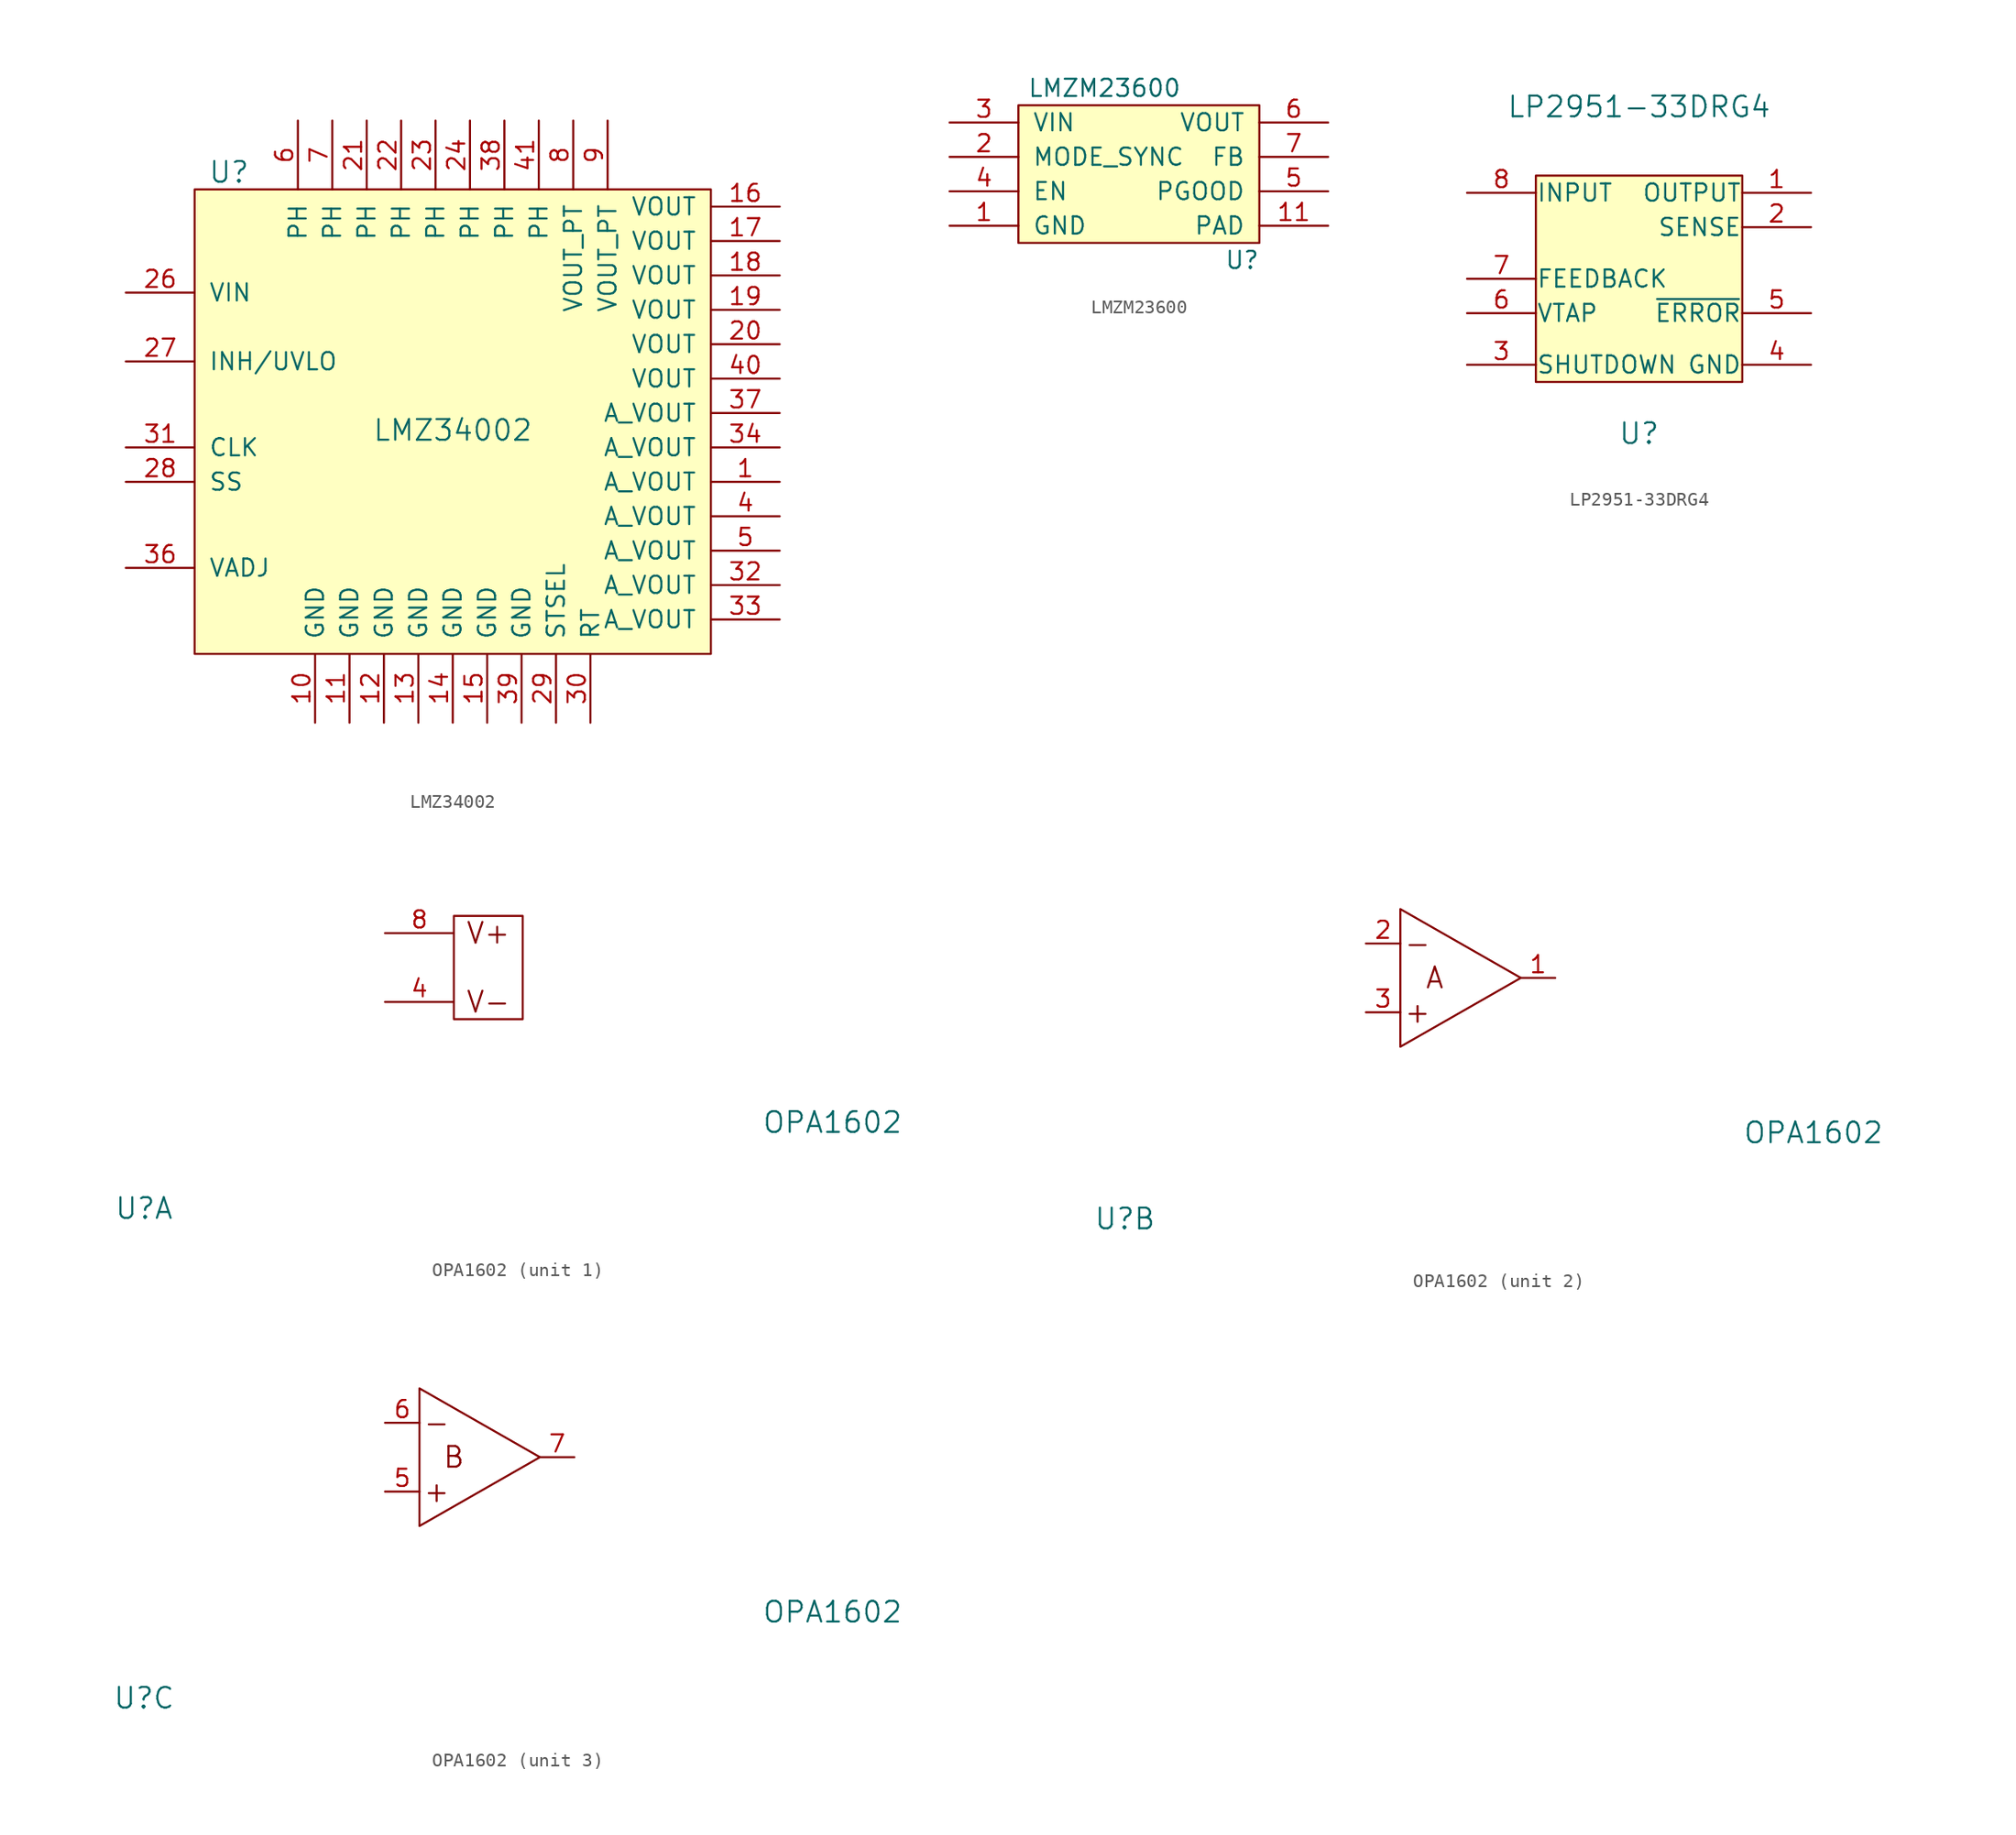
<source format=kicad_sym>
(kicad_symbol_lib
  (version 20241209)
  (generator "kicad_symbol_editor")
  (generator_version "9.0")
  (symbol "LMZ34002"
    (pin_names
      (offset 1.016))
    (property "Reference" "U"
      (at -16.51 17.78 0)
      (effects (font (size 1.524 1.524))))
    (property "Value" "LMZ34002"
      (at 0 -1.27 0)
      (effects (font (size 1.524 1.524))))
    (symbol "LMZ34002_0_1"
      (rectangle (start -19.05 16.51) (end 19.05 -17.78) (stroke (width 0) (type solid)) (fill (type background))))
    (symbol "LMZ34002_1_1"
      (pin power_in line (at -24.13 8.89 0) (length 5.08) (name "VIN" (effects (font (size 1.27 1.27)))) (number "26" (effects (font (size 1.27 1.27)))))
      (pin input line (at -24.13 3.81 0) (length 5.08) (name "INH/UVLO" (effects (font (size 1.27 1.27)))) (number "27" (effects (font (size 1.27 1.27)))))
      (pin input line (at -24.13 -2.54 0) (length 5.08) (name "CLK" (effects (font (size 1.27 1.27)))) (number "31" (effects (font (size 1.27 1.27)))))
      (pin input line (at -24.13 -5.08 0) (length 5.08) (name "SS" (effects (font (size 1.27 1.27)))) (number "28" (effects (font (size 1.27 1.27)))))
      (pin input line (at -24.13 -11.43 0) (length 5.08) (name "VADJ" (effects (font (size 1.27 1.27)))) (number "36" (effects (font (size 1.27 1.27)))))
      (pin passive line (at -11.43 21.59 270) (length 5.08) (name "PH" (effects (font (size 1.27 1.27)))) (number "6" (effects (font (size 1.27 1.27)))))
      (pin power_in line (at -10.16 -22.86 90) (length 5.08) (name "GND" (effects (font (size 1.27 1.27)))) (number "10" (effects (font (size 1.27 1.27)))))
      (pin passive line (at -8.89 21.59 270) (length 5.08) (name "PH" (effects (font (size 1.27 1.27)))) (number "7" (effects (font (size 1.27 1.27)))))
      (pin power_in line (at -7.62 -22.86 90) (length 5.08) (name "GND" (effects (font (size 1.27 1.27)))) (number "11" (effects (font (size 1.27 1.27)))))
      (pin passive line (at -6.35 21.59 270) (length 5.08) (name "PH" (effects (font (size 1.27 1.27)))) (number "21" (effects (font (size 1.27 1.27)))))
      (pin power_in line (at -5.08 -22.86 90) (length 5.08) (name "GND" (effects (font (size 1.27 1.27)))) (number "12" (effects (font (size 1.27 1.27)))))
      (pin passive line (at -3.81 21.59 270) (length 5.08) (name "PH" (effects (font (size 1.27 1.27)))) (number "22" (effects (font (size 1.27 1.27)))))
      (pin power_in line (at -2.54 -22.86 90) (length 5.08) (name "GND" (effects (font (size 1.27 1.27)))) (number "13" (effects (font (size 1.27 1.27)))))
      (pin passive line (at -1.27 21.59 270) (length 5.08) (name "PH" (effects (font (size 1.27 1.27)))) (number "23" (effects (font (size 1.27 1.27)))))
      (pin power_in line (at 0 -22.86 90) (length 5.08) (name "GND" (effects (font (size 1.27 1.27)))) (number "14" (effects (font (size 1.27 1.27)))))
      (pin passive line (at 1.27 21.59 270) (length 5.08) (name "PH" (effects (font (size 1.27 1.27)))) (number "24" (effects (font (size 1.27 1.27)))))
      (pin power_in line (at 2.54 -22.86 90) (length 5.08) (name "GND" (effects (font (size 1.27 1.27)))) (number "15" (effects (font (size 1.27 1.27)))))
      (pin passive line (at 3.81 21.59 270) (length 5.08) (name "PH" (effects (font (size 1.27 1.27)))) (number "38" (effects (font (size 1.27 1.27)))))
      (pin no_connect line (at 3.81 5.08 180) (length 5.08) (hide yes) (name "NC" (effects (font (size 1.27 1.27)))) (number "2" (effects (font (size 1.27 1.27)))))
      (pin no_connect line (at 3.81 2.54 180) (length 5.08) (hide yes) (name "NC" (effects (font (size 1.27 1.27)))) (number "3" (effects (font (size 1.27 1.27)))))
      (pin no_connect line (at 3.81 0 180) (length 5.08) (hide yes) (name "NC" (effects (font (size 1.27 1.27)))) (number "25" (effects (font (size 1.27 1.27)))))
      (pin no_connect line (at 3.81 -2.54 180) (length 5.08) (hide yes) (name "NC" (effects (font (size 1.27 1.27)))) (number "35" (effects (font (size 1.27 1.27)))))
      (pin power_in line (at 5.08 -22.86 90) (length 5.08) (name "GND" (effects (font (size 1.27 1.27)))) (number "39" (effects (font (size 1.27 1.27)))))
      (pin passive line (at 6.35 21.59 270) (length 5.08) (name "PH" (effects (font (size 1.27 1.27)))) (number "41" (effects (font (size 1.27 1.27)))))
      (pin input line (at 7.62 -22.86 90) (length 5.08) (name "STSEL" (effects (font (size 1.27 1.27)))) (number "29" (effects (font (size 1.27 1.27)))))
      (pin passive line (at 8.89 21.59 270) (length 5.08) (name "VOUT_PT" (effects (font (size 1.27 1.27)))) (number "8" (effects (font (size 1.27 1.27)))))
      (pin input line (at 10.16 -22.86 90) (length 5.08) (name "RT" (effects (font (size 1.27 1.27)))) (number "30" (effects (font (size 1.27 1.27)))))
      (pin passive line (at 11.43 21.59 270) (length 5.08) (name "VOUT_PT" (effects (font (size 1.27 1.27)))) (number "9" (effects (font (size 1.27 1.27)))))
      (pin power_out line (at 24.13 15.24 180) (length 5.08) (name "VOUT" (effects (font (size 1.27 1.27)))) (number "16" (effects (font (size 1.27 1.27)))))
      (pin passive line (at 24.13 12.7 180) (length 5.08) (name "VOUT" (effects (font (size 1.27 1.27)))) (number "17" (effects (font (size 1.27 1.27)))))
      (pin passive line (at 24.13 10.16 180) (length 5.08) (name "VOUT" (effects (font (size 1.27 1.27)))) (number "18" (effects (font (size 1.27 1.27)))))
      (pin passive line (at 24.13 7.62 180) (length 5.08) (name "VOUT" (effects (font (size 1.27 1.27)))) (number "19" (effects (font (size 1.27 1.27)))))
      (pin passive line (at 24.13 5.08 180) (length 5.08) (name "VOUT" (effects (font (size 1.27 1.27)))) (number "20" (effects (font (size 1.27 1.27)))))
      (pin passive line (at 24.13 2.54 180) (length 5.08) (name "VOUT" (effects (font (size 1.27 1.27)))) (number "40" (effects (font (size 1.27 1.27)))))
      (pin input line (at 24.13 0 180) (length 5.08) (name "A_VOUT" (effects (font (size 1.27 1.27)))) (number "37" (effects (font (size 1.27 1.27)))))
      (pin input line (at 24.13 -2.54 180) (length 5.08) (name "A_VOUT" (effects (font (size 1.27 1.27)))) (number "34" (effects (font (size 1.27 1.27)))))
      (pin input line (at 24.13 -5.08 180) (length 5.08) (name "A_VOUT" (effects (font (size 1.27 1.27)))) (number "1" (effects (font (size 1.27 1.27)))))
      (pin input line (at 24.13 -7.62 180) (length 5.08) (name "A_VOUT" (effects (font (size 1.27 1.27)))) (number "4" (effects (font (size 1.27 1.27)))))
      (pin input line (at 24.13 -10.16 180) (length 5.08) (name "A_VOUT" (effects (font (size 1.27 1.27)))) (number "5" (effects (font (size 1.27 1.27)))))
      (pin input line (at 24.13 -12.7 180) (length 5.08) (name "A_VOUT" (effects (font (size 1.27 1.27)))) (number "32" (effects (font (size 1.27 1.27)))))
      (pin input line (at 24.13 -15.24 180) (length 5.08) (name "A_VOUT" (effects (font (size 1.27 1.27)))) (number "33" (effects (font (size 1.27 1.27)))))))
  (symbol "LMZM23600"
    (pin_names
      (offset 1.016))
    (property "Reference" "U"
      (at 7.62 -3.81 0)
      (effects (font (size 1.27 1.27))))
    (property "Value" "LMZM23600"
      (at -2.54 8.89 0)
      (effects (font (size 1.27 1.27))))
    (symbol "LMZM23600_0_1"
      (rectangle (start -8.89 7.62) (end 8.89 -2.54) (stroke (width 0) (type solid)) (fill (type background))))
    (symbol "LMZM23600_1_1"
      (pin power_in line (at -13.97 6.35 0) (length 5.08) (name "VIN" (effects (font (size 1.27 1.27)))) (number "3" (effects (font (size 1.27 1.27)))))
      (pin input line (at -13.97 3.81 0) (length 5.08) (name "MODE_SYNC" (effects (font (size 1.27 1.27)))) (number "2" (effects (font (size 1.27 1.27)))))
      (pin input line (at -13.97 1.27 0) (length 5.08) (name "EN" (effects (font (size 1.27 1.27)))) (number "4" (effects (font (size 1.27 1.27)))))
      (pin power_in line (at -13.97 -1.27 0) (length 5.08) (name "GND" (effects (font (size 1.27 1.27)))) (number "1" (effects (font (size 1.27 1.27)))))
      (pin no_connect line (at 1.27 5.08 180) (length 5.08) (hide yes) (name "DNC" (effects (font (size 1.27 1.27)))) (number "9" (effects (font (size 1.27 1.27)))))
      (pin no_connect line (at 1.27 2.54 180) (length 5.08) (hide yes) (name "DNC" (effects (font (size 1.27 1.27)))) (number "8" (effects (font (size 1.27 1.27)))))
      (pin no_connect line (at 1.27 0 180) (length 5.08) (hide yes) (name "DNC" (effects (font (size 1.27 1.27)))) (number "10" (effects (font (size 1.27 1.27)))))
      (pin power_out line (at 13.97 6.35 180) (length 5.08) (name "VOUT" (effects (font (size 1.27 1.27)))) (number "6" (effects (font (size 1.27 1.27)))))
      (pin input line (at 13.97 3.81 180) (length 5.08) (name "FB" (effects (font (size 1.27 1.27)))) (number "7" (effects (font (size 1.27 1.27)))))
      (pin output line (at 13.97 1.27 180) (length 5.08) (name "PGOOD" (effects (font (size 1.27 1.27)))) (number "5" (effects (font (size 1.27 1.27)))))
      (pin power_in line (at 13.97 -1.27 180) (length 5.08) (name "PAD" (effects (font (size 1.27 1.27)))) (number "11" (effects (font (size 1.27 1.27)))))))
  (symbol "LP2951-33DRG4"
    (pin_names
      (offset 0.025))
    (property "Reference" "U"
      (at 0 -11.43 0)
      (effects (font (size 1.524 1.524))))
    (property "Value" "LP2951-33DRG4"
      (at 0 12.7 0)
      (effects (font (size 1.524 1.524))))
    (symbol "LP2951-33DRG4_0_1"
      (rectangle (start -7.62 7.62) (end 7.62 -7.62) (stroke (width 0) (type solid)) (fill (type background))))
    (symbol "LP2951-33DRG4_1_1"
      (pin power_in line (at -12.7 6.35 0) (length 5.08) (name "INPUT" (effects (font (size 1.27 1.27)))) (number "8" (effects (font (size 1.27 1.27)))))
      (pin input line (at -12.7 0 0) (length 5.08) (name "FEEDBACK" (effects (font (size 1.27 1.27)))) (number "7" (effects (font (size 1.27 1.27)))))
      (pin output line (at -12.7 -2.54 0) (length 5.08) (name "VTAP" (effects (font (size 1.27 1.27)))) (number "6" (effects (font (size 1.27 1.27)))))
      (pin input line (at -12.7 -6.35 0) (length 5.08) (name "SHUTDOWN" (effects (font (size 1.27 1.27)))) (number "3" (effects (font (size 1.27 1.27)))))
      (pin power_out line (at 12.7 6.35 180) (length 5.08) (name "OUTPUT" (effects (font (size 1.27 1.27)))) (number "1" (effects (font (size 1.27 1.27)))))
      (pin input line (at 12.7 3.81 180) (length 5.08) (name "SENSE" (effects (font (size 1.27 1.27)))) (number "2" (effects (font (size 1.27 1.27)))))
      (pin output line (at 12.7 -2.54 180) (length 5.08) (name "~{ERROR}" (effects (font (size 1.27 1.27)))) (number "5" (effects (font (size 1.27 1.27)))))
      (pin power_in line (at 12.7 -6.35 180) (length 5.08) (name "GND" (effects (font (size 1.27 1.27)))) (number "4" (effects (font (size 1.27 1.27)))))))
  (symbol "OPA1602"
    (pin_names
      (offset 1.016)
      (hide yes))
    (property "Reference" "U"
      (at -22.86 -17.78 0)
      (effects (font (size 1.524 1.524))))
    (property "Value" "OPA1602"
      (at 27.94 -11.43 0)
      (effects (font (size 1.524 1.524))))
    (property "ki_locked" ""
      (at 0 0 0)
      (effects (font (size 1.27 1.27))))
    (symbol "OPA1602_1_0"
      (rectangle (start 0 3.81) (end 5.08 -3.81) (stroke (width 0) (type solid)) (fill (type none)))
      (text "V+" (at 2.54 2.54 0) (effects (font (size 1.524 1.524))))
      (text "V-" (at 2.54 -2.54 0) (effects (font (size 1.524 1.524)))))
    (symbol "OPA1602_1_1"
      (pin power_in line (at -5.08 2.54 0) (length 5.08) (name "V+" (effects (font (size 1.27 1.27)))) (number "8" (effects (font (size 1.27 1.27)))))
      (pin power_in line (at -5.08 -2.54 0) (length 5.08) (name "V-" (effects (font (size 1.27 1.27)))) (number "4" (effects (font (size 1.27 1.27))))))
    (symbol "OPA1602_2_0"
      (text "-" (at -1.27 2.54 0) (effects (font (size 1.524 1.524))))
      (text "+" (at -1.27 -2.54 0) (effects (font (size 1.524 1.524))))
      (text "A" (at 0 0 0) (effects (font (size 1.524 1.524)))))
    (symbol "OPA1602_2_1"
      (polyline (pts (xy -2.54 5.08) (xy -2.54 -5.08) (xy 6.35 0) (xy -2.54 5.08)) (stroke (width 0) (type solid)) (fill (type none)))
      (pin input line (at -5.08 2.54 0) (length 2.54) (name "A-" (effects (font (size 1.27 1.27)))) (number "2" (effects (font (size 1.27 1.27)))))
      (pin input line (at -5.08 -2.54 0) (length 2.54) (name "A+" (effects (font (size 1.27 1.27)))) (number "3" (effects (font (size 1.27 1.27)))))
      (pin output line (at 8.89 0 180) (length 2.54) (name "A" (effects (font (size 1.27 1.27)))) (number "1" (effects (font (size 1.27 1.27))))))
    (symbol "OPA1602_3_0"
      (text "-" (at -1.27 2.54 0) (effects (font (size 1.524 1.524))))
      (text "+" (at -1.27 -2.54 0) (effects (font (size 1.524 1.524))))
      (text "B" (at 0 0 0) (effects (font (size 1.524 1.524)))))
    (symbol "OPA1602_3_1"
      (polyline (pts (xy -2.54 5.08) (xy -2.54 -5.08) (xy 6.35 0) (xy -2.54 5.08)) (stroke (width 0) (type solid)) (fill (type none)))
      (pin input line (at -5.08 2.54 0) (length 2.54) (name "B-" (effects (font (size 1.27 1.27)))) (number "6" (effects (font (size 1.27 1.27)))))
      (pin input line (at -5.08 -2.54 0) (length 2.54) (name "B+" (effects (font (size 1.27 1.27)))) (number "5" (effects (font (size 1.27 1.27)))))
      (pin output line (at 8.89 0 180) (length 2.54) (name "B" (effects (font (size 1.27 1.27)))) (number "7" (effects (font (size 1.27 1.27))))))))
</source>
